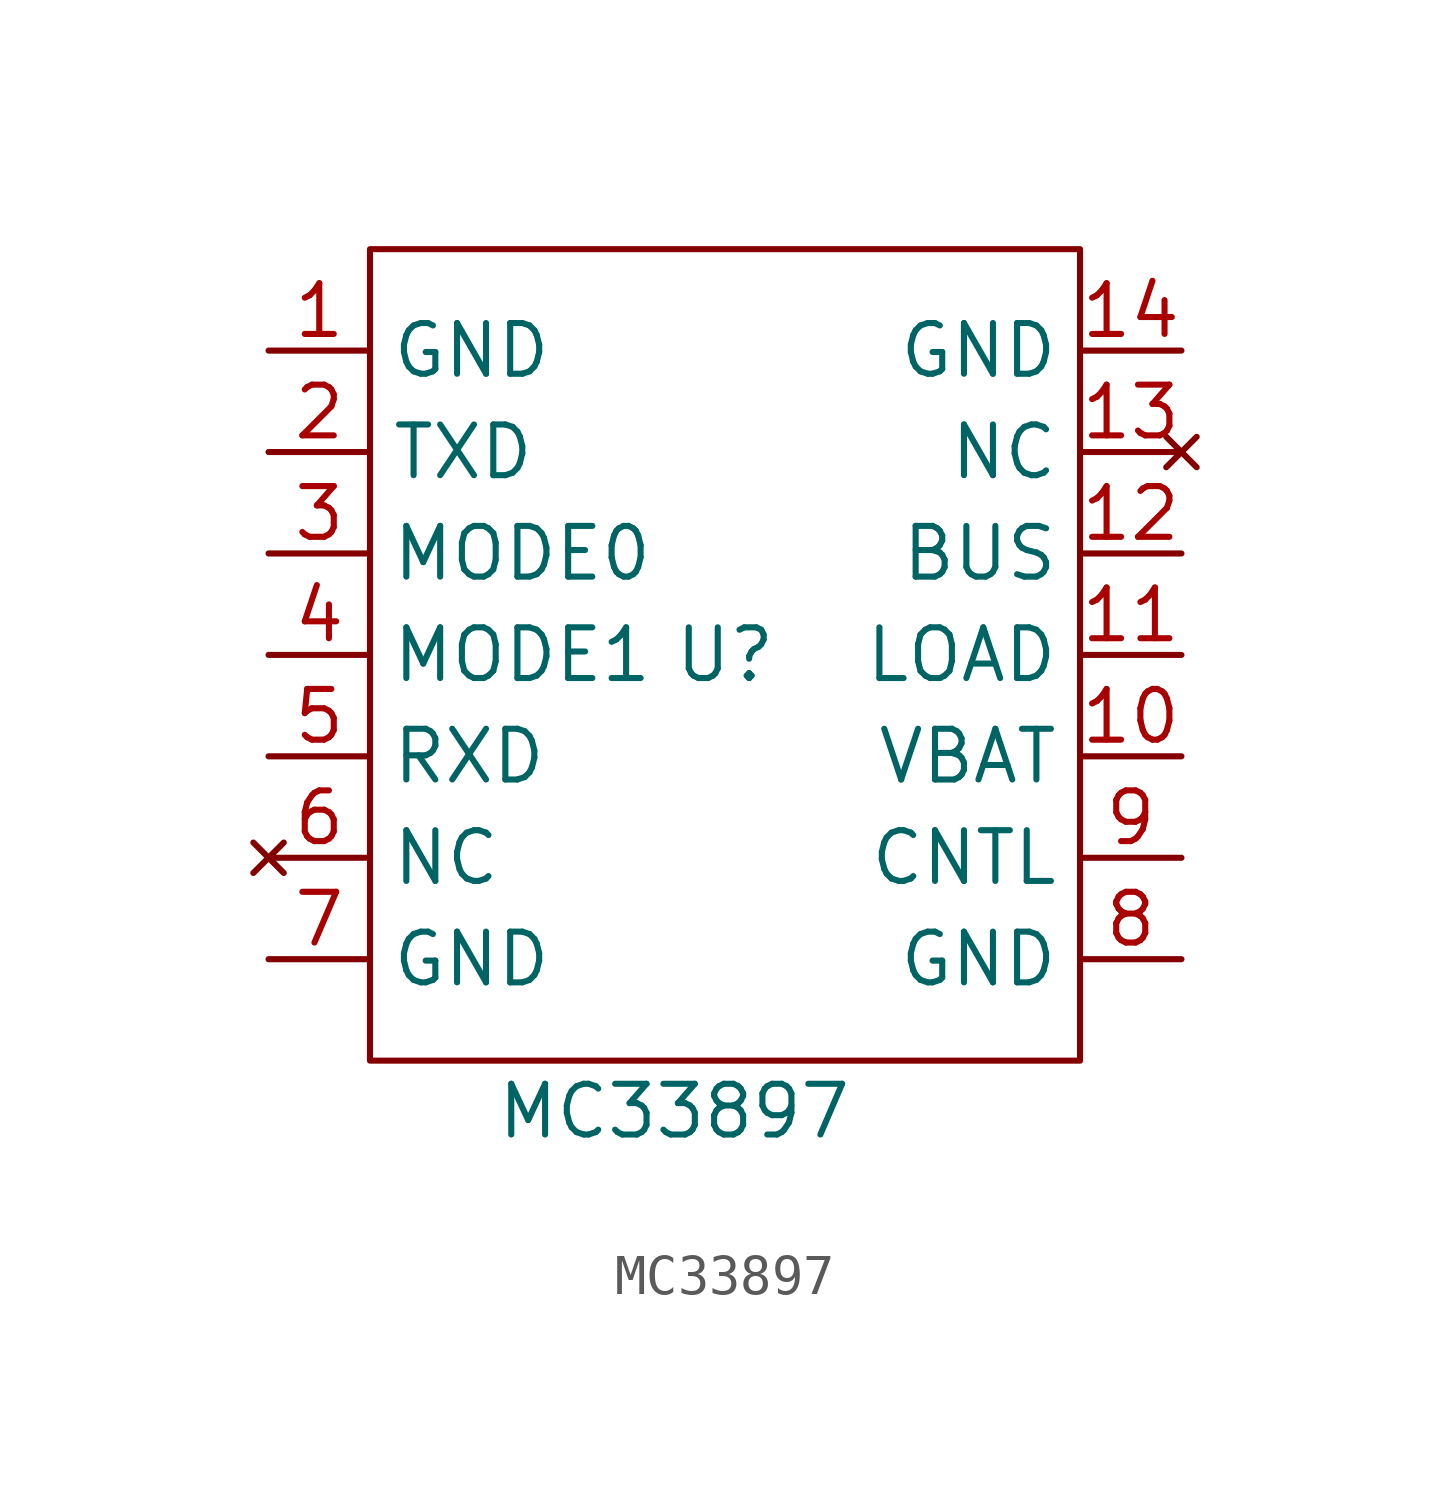
<source format=kicad_sym>
(kicad_symbol_lib
  (version 20211014)
  (generator kicad_symbol_editor)
  (symbol "MC33897"
    (property "Reference" "U"
      (at 0 0 0)
      (effects (font (size 1.27 1.27))))
    (property "Value" "MC33897"
      (at -1.27 -11.43 0)
      (effects (font (size 1.27 1.27))))
    (symbol "MC33897_0_1"
      (rectangle (start -8.89 10.16) (end 8.89 -10.16) (stroke (width 0) (type default) (color 0 0 0 0)) (fill (type none))))
    (symbol "MC33897_1_1"
      (pin power_in line (at -11.43 7.62 0) (length 2.54) (name "GND" (effects (font (size 1.27 1.27)))) (number "1" (effects (font (size 1.27 1.27)))))
      (pin power_in line (at 11.43 -2.54 180) (length 2.54) (name "VBAT" (effects (font (size 1.27 1.27)))) (number "10" (effects (font (size 1.27 1.27)))))
      (pin output line (at 11.43 0 180) (length 2.54) (name "LOAD" (effects (font (size 1.27 1.27)))) (number "11" (effects (font (size 1.27 1.27)))))
      (pin output line (at 11.43 2.54 180) (length 2.54) (name "BUS" (effects (font (size 1.27 1.27)))) (number "12" (effects (font (size 1.27 1.27)))))
      (pin no_connect line (at 11.43 5.08 180) (length 2.54) (name "NC" (effects (font (size 1.27 1.27)))) (number "13" (effects (font (size 1.27 1.27)))))
      (pin power_in line (at 11.43 7.62 180) (length 2.54) (name "GND" (effects (font (size 1.27 1.27)))) (number "14" (effects (font (size 1.27 1.27)))))
      (pin input line (at -11.43 5.08 0) (length 2.54) (name "TXD" (effects (font (size 1.27 1.27)))) (number "2" (effects (font (size 1.27 1.27)))))
      (pin input line (at -11.43 2.54 0) (length 2.54) (name "MODE0" (effects (font (size 1.27 1.27)))) (number "3" (effects (font (size 1.27 1.27)))))
      (pin input line (at -11.43 0 0) (length 2.54) (name "MODE1" (effects (font (size 1.27 1.27)))) (number "4" (effects (font (size 1.27 1.27)))))
      (pin open_collector line (at -11.43 -2.54 0) (length 2.54) (name "RXD" (effects (font (size 1.27 1.27)))) (number "5" (effects (font (size 1.27 1.27)))))
      (pin no_connect line (at -11.43 -5.08 0) (length 2.54) (name "NC" (effects (font (size 1.27 1.27)))) (number "6" (effects (font (size 1.27 1.27)))))
      (pin power_in line (at -11.43 -7.62 0) (length 2.54) (name "GND" (effects (font (size 1.27 1.27)))) (number "7" (effects (font (size 1.27 1.27)))))
      (pin power_in line (at 11.43 -7.62 180) (length 2.54) (name "GND" (effects (font (size 1.27 1.27)))) (number "8" (effects (font (size 1.27 1.27)))))
      (pin power_out line (at 11.43 -5.08 180) (length 2.54) (name "CNTL" (effects (font (size 1.27 1.27)))) (number "9" (effects (font (size 1.27 1.27))))))))
</source>
